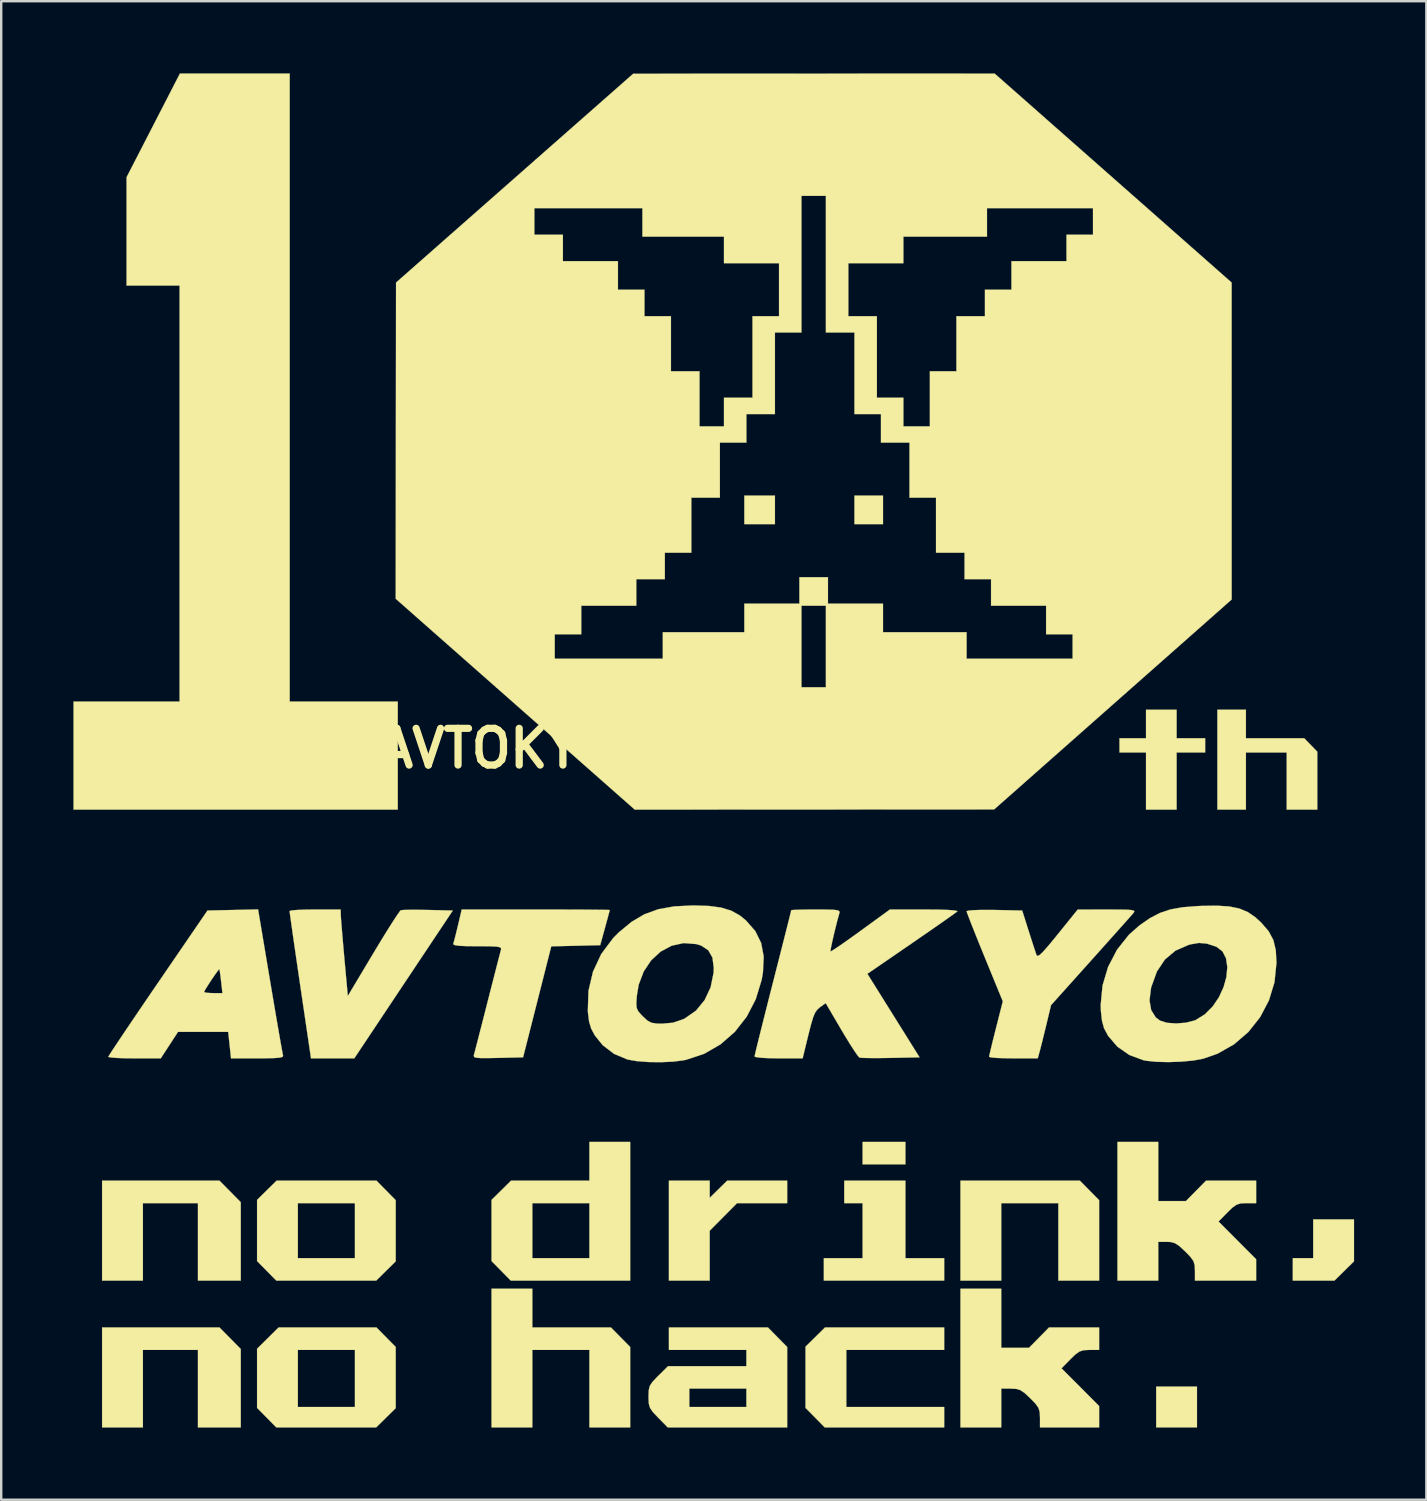
<source format=kicad_pcb>
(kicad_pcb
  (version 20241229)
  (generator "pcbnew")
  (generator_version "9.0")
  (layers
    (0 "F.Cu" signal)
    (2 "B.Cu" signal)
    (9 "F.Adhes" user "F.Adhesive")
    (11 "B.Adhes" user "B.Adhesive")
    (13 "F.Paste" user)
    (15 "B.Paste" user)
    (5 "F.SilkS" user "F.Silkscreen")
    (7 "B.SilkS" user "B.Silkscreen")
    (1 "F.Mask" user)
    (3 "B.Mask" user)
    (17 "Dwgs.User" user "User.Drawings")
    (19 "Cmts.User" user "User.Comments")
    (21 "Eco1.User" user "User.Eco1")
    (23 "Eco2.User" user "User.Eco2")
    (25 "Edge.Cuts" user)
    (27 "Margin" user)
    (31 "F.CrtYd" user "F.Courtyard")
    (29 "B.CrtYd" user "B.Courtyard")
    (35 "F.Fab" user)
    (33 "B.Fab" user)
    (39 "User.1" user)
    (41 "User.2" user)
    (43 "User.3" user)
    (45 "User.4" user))
  (footprint "AVTOKYO_10TH_53mm"
    (layer "F.Cu")
    (at 25.151 28.03)
    (property "Reference" "AVTOKYO_10TH_53mm" (at 0 0 0) (layer "F.SilkS") (effects (font (size 1.524 1.524) (thickness 0.3))))
    (attr through_hole)
    (fp_poly (pts (xy 3.979 -9.313) (xy 2.709 -9.313) (xy 2.709 -10.499) (xy 3.979 -10.499) (xy 3.979 -9.313)) (stroke (width 0.01) (type solid)) (fill yes) (layer "F.SilkS"))
    (fp_poly (pts (xy 8.467 -9.313) (xy 7.281 -9.313) (xy 7.281 -10.499) (xy 8.467 -10.499) (xy 8.467 -9.313)) (stroke (width 0.01) (type solid)) (fill yes) (layer "F.SilkS"))
    (fp_poly (pts (xy 9.398 17.272) (xy 7.62 17.272) (xy 7.62 16.341) (xy 9.398 16.341) (xy 9.398 17.272)) (stroke (width 0.01) (type solid)) (fill yes) (layer "F.SilkS"))
    (fp_poly (pts (xy 21.505 28.194) (xy 19.812 28.194) (xy 19.812 26.501) (xy 21.505 26.501) (xy 21.505 28.194)) (stroke (width 0.01) (type solid)) (fill yes) (layer "F.SilkS"))
    (fp_poly (pts (xy 28.025 21.3) (xy 27.215 22.098) (xy 25.485 22.098) (xy 25.485 21.167) (xy 26.331 21.167) (xy 26.331 19.558) (xy 28.025 19.558) (xy 28.025 21.3)) (stroke (width 0.01) (type solid)) (fill yes) (layer "F.SilkS"))
    (fp_poly (pts (xy 17.441 18.759) (xy 17.441 22.098) (xy 15.748 22.098) (xy 15.748 18.881) (xy 13.377 18.881) (xy 13.377 22.098) (xy 11.684 22.098) (xy 11.684 17.949) (xy 16.643 17.949) (xy 17.441 18.759)) (stroke (width 0.01) (type solid)) (fill yes) (layer "F.SilkS"))
    (fp_poly (pts (xy -18.645 18.396) (xy -18.203 18.844) (xy -18.203 22.098) (xy -19.981 22.098) (xy -19.981 18.881) (xy -22.267 18.881) (xy -22.267 22.098) (xy -23.961 22.098) (xy -23.961 17.949) (xy -19.087 17.949) (xy -18.645 18.396)) (stroke (width 0.01) (type solid)) (fill yes) (layer "F.SilkS"))
    (fp_poly (pts (xy -18.645 24.492) (xy -18.203 24.94) (xy -18.203 28.194) (xy -19.981 28.194) (xy -19.981 24.977) (xy -22.267 24.977) (xy -22.267 28.194) (xy -23.961 28.194) (xy -23.961 24.045) (xy -19.087 24.045) (xy -18.645 24.492)) (stroke (width 0.01) (type solid)) (fill yes) (layer "F.SilkS"))
    (fp_poly (pts (xy 9.398 21.167) (xy 11.007 21.167) (xy 11.007 22.098) (xy 6.011 22.098) (xy 6.011 21.167) (xy 7.62 21.167) (xy 7.62 18.881) (xy 6.858 18.881) (xy 6.858 17.949) (xy 9.398 17.949) (xy 9.398 21.167)) (stroke (width 0.01) (type solid)) (fill yes) (layer "F.SilkS"))
    (fp_poly (pts (xy 11.007 24.977) (xy 6.943 24.977) (xy 6.943 27.347) (xy 11.007 27.347) (xy 11.007 28.194) (xy 6.047 28.194) (xy 5.249 27.384) (xy 5.249 24.843) (xy 6.059 24.045) (xy 11.007 24.045) (xy 11.007 24.977)) (stroke (width 0.01) (type solid)) (fill yes) (layer "F.SilkS"))
    (fp_poly (pts (xy -6.096 24.045) (xy -2.83 24.045) (xy -2.032 24.855) (xy -2.032 28.194) (xy -3.725 28.194) (xy -3.725 24.977) (xy -6.096 24.977) (xy -6.096 28.194) (xy -7.789 28.194) (xy -7.789 22.437) (xy -6.096 22.437) (xy -6.096 24.045)) (stroke (width 0.01) (type solid)) (fill yes) (layer "F.SilkS"))
    (fp_poly (pts (xy 1.27 18.662) (xy 1.996 17.949) (xy 4.487 17.949) (xy 4.487 18.881) (xy 2.408 18.881) (xy 1.839 19.454) (xy 1.27 20.028) (xy 1.27 22.098) (xy -0.423 22.098) (xy -0.423 17.949) (xy 1.27 17.949) (xy 1.27 18.662)) (stroke (width 0.01) (type solid)) (fill yes) (layer "F.SilkS"))
    (fp_poly (pts (xy 23.537 -0.423) (xy 25.959 -0.423) (xy 26.501 0.135) (xy 26.501 2.54) (xy 25.231 2.54) (xy 25.231 0.169) (xy 23.537 0.169) (xy 23.537 2.54) (xy 22.352 2.54) (xy 22.352 -1.609) (xy 23.537 -1.609) (xy 23.537 -0.423)) (stroke (width 0.01) (type solid)) (fill yes) (layer "F.SilkS"))
    (fp_poly (pts (xy -16.171 -1.947) (xy -11.684 -1.947) (xy -11.684 2.54) (xy -25.146 2.54) (xy -25.146 -1.947) (xy -20.743 -1.947) (xy -20.743 -19.219) (xy -22.945 -19.219) (xy -22.945 -23.72) (xy -21.837 -25.872) (xy -20.73 -28.025) (xy -16.171 -28.025) (xy -16.171 -1.947)) (stroke (width 0.01) (type solid)) (fill yes) (layer "F.SilkS"))
    (fp_poly (pts (xy 20.659 -0.423) (xy 21.844 -0.423) (xy 21.844 0.169) (xy 20.659 0.169) (xy 20.659 2.54) (xy 19.389 2.54) (xy 19.389 0.169) (xy 18.288 0.169) (xy 18.288 -0.423) (xy 19.389 -0.423) (xy 19.389 -1.609) (xy 20.659 -1.609) (xy 20.659 -0.423)) (stroke (width 0.01) (type solid)) (fill yes) (layer "F.SilkS"))
    (fp_poly (pts (xy -11.769 18.759) (xy -11.769 21.3) (xy -12.579 22.098) (xy -16.728 22.098) (xy -17.526 21.288) (xy -17.526 18.881) (xy -15.833 18.881) (xy -15.833 21.167) (xy -13.462 21.167) (xy -13.462 18.881) (xy -15.833 18.881) (xy -17.526 18.881) (xy -17.526 18.747) (xy -16.716 17.949) (xy -12.567 17.949) (xy -11.769 18.759)) (stroke (width 0.01) (type solid)) (fill yes) (layer "F.SilkS"))
    (fp_poly (pts (xy -11.769 24.855) (xy -11.769 27.396) (xy -12.579 28.194) (xy -16.728 28.194) (xy -17.526 27.384) (xy -17.526 24.977) (xy -15.833 24.977) (xy -15.833 27.347) (xy -13.462 27.347) (xy -13.462 24.977) (xy -15.833 24.977) (xy -17.526 24.977) (xy -17.526 24.929) (xy -17.079 24.487) (xy -16.632 24.045) (xy -12.567 24.045) (xy -11.769 24.855)) (stroke (width 0.01) (type solid)) (fill yes) (layer "F.SilkS"))
    (fp_poly (pts (xy -2.032 22.098) (xy -6.991 22.098) (xy -7.39 21.693) (xy -7.789 21.288) (xy -7.789 18.881) (xy -6.096 18.881) (xy -6.096 21.167) (xy -3.725 21.167) (xy -3.725 18.881) (xy -6.096 18.881) (xy -7.789 18.881) (xy -7.789 18.747) (xy -7.384 18.348) (xy -6.979 17.949) (xy -3.725 17.949) (xy -3.725 16.341) (xy -2.032 16.341) (xy -2.032 22.098)) (stroke (width 0.01) (type solid)) (fill yes) (layer "F.SilkS"))
    (fp_poly (pts (xy 4.487 24.855) (xy 4.487 28.194) (xy -0.472 28.194) (xy -0.871 27.789) (xy -1.086 27.561) (xy -1.205 27.389) (xy -1.258 27.213) (xy -1.27 26.972) (xy -1.27 26.918) (xy -1.262 26.66) (xy -1.245 26.585) (xy 0.423 26.585) (xy 0.423 27.347) (xy 2.794 27.347) (xy 2.794 26.585) (xy 0.423 26.585) (xy -1.245 26.585) (xy -1.22 26.479) (xy -1.115 26.315) (xy -0.921 26.108) (xy -0.865 26.053) (xy -0.46 25.654) (xy 2.794 25.654) (xy 2.794 24.977) (xy -0.423 24.977) (xy -0.423 24.045) (xy 3.689 24.045) (xy 4.487 24.855)) (stroke (width 0.01) (type solid)) (fill yes) (layer "F.SilkS"))
    (fp_poly (pts (xy 13.377 24.892) (xy 14.527 24.892) (xy 14.944 24.469) (xy 15.361 24.045) (xy 17.441 24.045) (xy 17.441 24.977) (xy 17.036 24.977) (xy 16.797 24.989) (xy 16.621 25.045) (xy 16.444 25.174) (xy 16.255 25.359) (xy 15.88 25.741) (xy 16.661 26.524) (xy 17.441 27.308) (xy 17.441 28.194) (xy 14.986 28.194) (xy 14.986 27.789) (xy 14.975 27.558) (xy 14.923 27.384) (xy 14.801 27.212) (xy 14.582 26.985) (xy 14.581 26.984) (xy 14.348 26.767) (xy 14.171 26.646) (xy 13.994 26.595) (xy 13.777 26.585) (xy 13.377 26.585) (xy 13.377 28.194) (xy 11.684 28.194) (xy 11.684 22.437) (xy 13.377 22.437) (xy 13.377 24.892)) (stroke (width 0.01) (type solid)) (fill yes) (layer "F.SilkS"))
    (fp_poly (pts (xy 19.897 18.796) (xy 21.046 18.796) (xy 21.463 18.373) (xy 21.88 17.949) (xy 23.961 17.949) (xy 23.961 18.881) (xy 23.555 18.881) (xy 23.317 18.893) (xy 23.14 18.949) (xy 22.964 19.078) (xy 22.774 19.263) (xy 22.4 19.645) (xy 23.18 20.428) (xy 23.961 21.212) (xy 23.961 22.098) (xy 21.421 22.098) (xy 21.421 21.693) (xy 21.41 21.462) (xy 21.358 21.288) (xy 21.236 21.116) (xy 21.016 20.889) (xy 21.016 20.888) (xy 20.778 20.668) (xy 20.596 20.547) (xy 20.416 20.497) (xy 20.254 20.489) (xy 19.897 20.489) (xy 19.897 22.098) (xy 18.203 22.098) (xy 18.203 16.341) (xy 19.897 16.341) (xy 19.897 18.796)) (stroke (width 0.01) (type solid)) (fill yes) (layer "F.SilkS"))
    (fp_poly (pts (xy -14.049 6.921) (xy -14.04 7.079) (xy -14.017 7.373) (xy -13.984 7.772) (xy -13.943 8.245) (xy -13.901 8.717) (xy -13.758 10.281) (xy -12.705 8.518) (xy -12.408 8.026) (xy -12.136 7.584) (xy -11.901 7.212) (xy -11.717 6.931) (xy -11.597 6.761) (xy -11.557 6.719) (xy -11.44 6.707) (xy -11.19 6.701) (xy -10.844 6.701) (xy -10.438 6.707) (xy -10.431 6.707) (xy -9.398 6.731) (xy -11.444 9.8) (xy -13.489 12.869) (xy -15.286 12.869) (xy -15.733 9.842) (xy -15.835 9.146) (xy -15.929 8.502) (xy -16.012 7.931) (xy -16.08 7.451) (xy -16.132 7.082) (xy -16.165 6.842) (xy -16.175 6.752) (xy -16.094 6.728) (xy -15.876 6.708) (xy -15.554 6.694) (xy -15.158 6.689) (xy -15.113 6.689) (xy -14.055 6.689) (xy -14.049 6.921)) (stroke (width 0.01) (type solid)) (fill yes) (layer "F.SilkS"))
    (fp_poly (pts (xy -5.251 6.689) (xy -4.605 6.691) (xy -4.034 6.693) (xy -3.557 6.697) (xy -3.194 6.701) (xy -2.962 6.705) (xy -2.88 6.71) (xy -2.88 6.71) (xy -2.901 6.795) (xy -2.958 7.006) (xy -3.038 7.303) (xy -3.079 7.451) (xy -3.277 8.17) (xy -4.293 8.194) (xy -5.309 8.218) (xy -6.479 12.827) (xy -7.522 12.851) (xy -7.957 12.859) (xy -8.249 12.858) (xy -8.424 12.844) (xy -8.508 12.815) (xy -8.528 12.766) (xy -8.52 12.724) (xy -8.487 12.602) (xy -8.419 12.341) (xy -8.322 11.964) (xy -8.202 11.497) (xy -8.065 10.962) (xy -7.958 10.541) (xy -7.813 9.973) (xy -7.68 9.454) (xy -7.566 9.008) (xy -7.476 8.661) (xy -7.417 8.435) (xy -7.397 8.361) (xy -7.393 8.299) (xy -7.439 8.257) (xy -7.563 8.231) (xy -7.79 8.218) (xy -8.146 8.213) (xy -8.385 8.213) (xy -8.837 8.209) (xy -9.139 8.195) (xy -9.313 8.169) (xy -9.377 8.13) (xy -9.376 8.107) (xy -9.339 7.978) (xy -9.276 7.732) (xy -9.2 7.418) (xy -9.182 7.345) (xy -9.028 6.689) (xy -5.954 6.689) (xy -5.251 6.689)) (stroke (width 0.01) (type solid)) (fill yes) (layer "F.SilkS"))
    (fp_poly (pts (xy -16.983 9.671) (xy -16.866 10.364) (xy -16.757 11.006) (xy -16.659 11.577) (xy -16.575 12.059) (xy -16.509 12.43) (xy -16.464 12.672) (xy -16.445 12.764) (xy -16.468 12.809) (xy -16.591 12.84) (xy -16.831 12.859) (xy -17.208 12.868) (xy -17.507 12.869) (xy -18.607 12.869) (xy -18.666 12.319) (xy -18.725 11.769) (xy -20.808 11.769) (xy -21.525 12.869) (xy -22.616 12.869) (xy -23.023 12.865) (xy -23.361 12.852) (xy -23.598 12.833) (xy -23.702 12.81) (xy -23.704 12.806) (xy -23.657 12.725) (xy -23.524 12.519) (xy -23.315 12.203) (xy -23.039 11.791) (xy -22.706 11.298) (xy -22.327 10.739) (xy -21.911 10.128) (xy -21.903 10.116) (xy -19.727 10.116) (xy -19.652 10.142) (xy -19.46 10.158) (xy -19.346 10.16) (xy -18.964 10.16) (xy -19.019 9.673) (xy -19.051 9.407) (xy -19.078 9.222) (xy -19.091 9.164) (xy -19.142 9.215) (xy -19.253 9.367) (xy -19.396 9.575) (xy -19.541 9.796) (xy -19.66 9.986) (xy -19.723 10.103) (xy -19.727 10.116) (xy -21.903 10.116) (xy -21.643 9.737) (xy -19.585 6.731) (xy -18.534 6.708) (xy -17.484 6.684) (xy -16.983 9.671)) (stroke (width 0.01) (type solid)) (fill yes) (layer "F.SilkS"))
    (fp_poly (pts (xy 18.244 6.691) (xy 18.572 6.696) (xy 18.776 6.71) (xy 18.879 6.734) (xy 18.905 6.771) (xy 18.874 6.825) (xy 18.87 6.83) (xy 18.785 6.928) (xy 18.603 7.134) (xy 18.337 7.432) (xy 18.005 7.804) (xy 17.621 8.233) (xy 17.201 8.703) (xy 17.099 8.816) (xy 15.444 10.661) (xy 15.245 11.49) (xy 15.151 11.877) (xy 15.063 12.231) (xy 14.994 12.501) (xy 14.969 12.594) (xy 14.893 12.869) (xy 13.881 12.869) (xy 13.49 12.864) (xy 13.17 12.851) (xy 12.952 12.831) (xy 12.871 12.806) (xy 12.871 12.806) (xy 12.892 12.705) (xy 12.947 12.471) (xy 13.028 12.138) (xy 13.129 11.737) (xy 13.158 11.622) (xy 13.442 10.502) (xy 12.69 8.668) (xy 12.477 8.146) (xy 12.288 7.675) (xy 12.131 7.279) (xy 12.015 6.979) (xy 11.949 6.8) (xy 11.938 6.759) (xy 12.018 6.733) (xy 12.236 6.715) (xy 12.562 6.705) (xy 12.965 6.705) (xy 13.093 6.707) (xy 14.247 6.731) (xy 14.516 7.581) (xy 14.634 7.95) (xy 14.738 8.27) (xy 14.814 8.5) (xy 14.843 8.584) (xy 14.885 8.619) (xy 14.968 8.58) (xy 15.105 8.451) (xy 15.311 8.22) (xy 15.599 7.872) (xy 15.727 7.714) (xy 16.552 6.691) (xy 17.769 6.69) (xy 18.244 6.691)) (stroke (width 0.01) (type solid)) (fill yes) (layer "F.SilkS"))
    (fp_poly (pts (xy 1.24 6.541) (xy 1.752 6.61) (xy 2.167 6.738) (xy 2.521 6.935) (xy 2.773 7.139) (xy 3.163 7.584) (xy 3.408 8.081) (xy 3.513 8.646) (xy 3.482 9.295) (xy 3.428 9.61) (xy 3.183 10.414) (xy 2.807 11.139) (xy 2.314 11.769) (xy 1.72 12.288) (xy 1.041 12.68) (xy 0.291 12.929) (xy 0.179 12.952) (xy -0.249 13.006) (xy -0.755 13.029) (xy -1.278 13.022) (xy -1.757 12.985) (xy -2.133 12.92) (xy -2.144 12.917) (xy -2.698 12.686) (xy -3.176 12.321) (xy -3.503 11.913) (xy -3.652 11.632) (xy -3.739 11.342) (xy -3.785 10.969) (xy -3.79 10.898) (xy -3.78 10.578) (xy -1.776 10.578) (xy -1.763 10.77) (xy -1.7 10.912) (xy -1.569 11.063) (xy -1.501 11.131) (xy -1.315 11.302) (xy -1.148 11.391) (xy -0.934 11.425) (xy -0.702 11.43) (xy -0.253 11.389) (xy 0.159 11.249) (xy 0.24 11.21) (xy 0.699 10.89) (xy 1.061 10.449) (xy 1.31 9.916) (xy 1.431 9.319) (xy 1.439 9.105) (xy 1.384 8.684) (xy 1.211 8.381) (xy 0.914 8.185) (xy 0.72 8.125) (xy 0.192 8.082) (xy -0.31 8.192) (xy -0.768 8.437) (xy -1.162 8.8) (xy -1.472 9.265) (xy -1.68 9.814) (xy -1.756 10.276) (xy -1.776 10.578) (xy -3.78 10.578) (xy -3.763 10.061) (xy -3.576 9.27) (xy -3.234 8.538) (xy -2.743 7.88) (xy -2.506 7.64) (xy -1.979 7.204) (xy -1.443 6.887) (xy -0.861 6.676) (xy -0.198 6.558) (xy 0.583 6.52) (xy 0.598 6.52) (xy 1.24 6.541)) (stroke (width 0.01) (type solid)) (fill yes) (layer "F.SilkS"))
    (fp_poly (pts (xy 22.851 6.563) (xy 23.265 6.648) (xy 23.613 6.793) (xy 23.926 7.007) (xy 24.175 7.235) (xy 24.482 7.592) (xy 24.677 7.957) (xy 24.778 8.38) (xy 24.806 8.9) (xy 24.725 9.704) (xy 24.493 10.464) (xy 24.127 11.16) (xy 23.64 11.774) (xy 23.047 12.285) (xy 22.364 12.674) (xy 21.766 12.883) (xy 21.361 12.959) (xy 20.862 13.006) (xy 20.328 13.025) (xy 19.82 13.013) (xy 19.398 12.97) (xy 19.282 12.947) (xy 18.697 12.73) (xy 18.2 12.385) (xy 17.813 11.933) (xy 17.645 11.617) (xy 17.561 11.311) (xy 17.514 10.891) (xy 17.507 10.648) (xy 17.525 10.46) (xy 19.534 10.46) (xy 19.603 10.865) (xy 19.796 11.172) (xy 19.978 11.306) (xy 20.264 11.394) (xy 20.641 11.421) (xy 21.041 11.389) (xy 21.397 11.299) (xy 21.463 11.272) (xy 21.836 11.038) (xy 22.156 10.716) (xy 22.416 10.333) (xy 22.609 9.914) (xy 22.728 9.488) (xy 22.765 9.08) (xy 22.713 8.718) (xy 22.565 8.428) (xy 22.314 8.236) (xy 22.292 8.228) (xy 21.911 8.104) (xy 21.585 8.076) (xy 21.232 8.137) (xy 21.151 8.16) (xy 20.609 8.398) (xy 20.173 8.765) (xy 19.841 9.263) (xy 19.612 9.895) (xy 19.594 9.969) (xy 19.534 10.46) (xy 17.525 10.46) (xy 17.584 9.844) (xy 17.814 9.073) (xy 18.183 8.361) (xy 18.679 7.737) (xy 19.112 7.353) (xy 19.546 7.051) (xy 19.96 6.834) (xy 20.398 6.686) (xy 20.905 6.595) (xy 21.525 6.546) (xy 21.69 6.539) (xy 22.337 6.53) (xy 22.851 6.563)) (stroke (width 0.01) (type solid)) (fill yes) (layer "F.SilkS"))
    (fp_poly (pts (xy 10.741 6.693) (xy 11.157 6.706) (xy 11.431 6.726) (xy 11.551 6.754) (xy 11.553 6.769) (xy 11.464 6.836) (xy 11.254 6.986) (xy 10.944 7.205) (xy 10.552 7.478) (xy 10.097 7.792) (xy 9.645 8.104) (xy 7.818 9.359) (xy 8.902 11.093) (xy 9.985 12.827) (xy 8.785 12.851) (xy 8.346 12.857) (xy 7.965 12.857) (xy 7.676 12.852) (xy 7.511 12.842) (xy 7.489 12.837) (xy 7.414 12.754) (xy 7.273 12.551) (xy 7.082 12.254) (xy 6.859 11.889) (xy 6.74 11.689) (xy 6.088 10.577) (xy 5.846 10.749) (xy 5.736 10.846) (xy 5.645 10.978) (xy 5.562 11.178) (xy 5.473 11.48) (xy 5.367 11.895) (xy 5.13 12.869) (xy 4.131 12.869) (xy 3.743 12.863) (xy 3.425 12.847) (xy 3.21 12.822) (xy 3.133 12.793) (xy 3.153 12.696) (xy 3.211 12.453) (xy 3.301 12.085) (xy 3.42 11.609) (xy 3.562 11.044) (xy 3.722 10.409) (xy 3.895 9.732) (xy 4.069 9.049) (xy 4.229 8.42) (xy 4.371 7.862) (xy 4.489 7.395) (xy 4.579 7.036) (xy 4.636 6.804) (xy 4.657 6.718) (xy 4.657 6.718) (xy 4.736 6.707) (xy 4.952 6.698) (xy 5.272 6.691) (xy 5.663 6.689) (xy 5.678 6.689) (xy 6.109 6.691) (xy 6.396 6.699) (xy 6.567 6.718) (xy 6.647 6.752) (xy 6.663 6.804) (xy 6.656 6.837) (xy 6.58 7.109) (xy 6.498 7.433) (xy 6.417 7.768) (xy 6.348 8.073) (xy 6.301 8.305) (xy 6.285 8.424) (xy 6.287 8.432) (xy 6.361 8.394) (xy 6.55 8.271) (xy 6.83 8.079) (xy 7.18 7.831) (xy 7.535 7.575) (xy 8.753 6.689) (xy 10.193 6.689) (xy 10.741 6.693)) (stroke (width 0.01) (type solid)) (fill yes) (layer "F.SilkS"))
    (fp_poly (pts (xy 18.023 -23.686) (xy 22.944 -19.346) (xy 22.945 -6.185) (xy 18.013 -1.826) (xy 13.081 2.533) (xy -1.842 2.54) (xy -6.805 -1.838) (xy -10.097 -4.741) (xy -5.165 -4.741) (xy -5.165 -3.725) (xy -0.677 -3.725) (xy -0.677 -4.826) (xy 2.709 -4.826) (xy 2.709 -5.927) (xy 5.08 -5.927) (xy 5.08 -2.54) (xy 6.096 -2.54) (xy 6.096 -5.927) (xy 5.08 -5.927) (xy 2.709 -5.927) (xy 2.709 -6.011) (xy 4.995 -6.011) (xy 4.995 -7.112) (xy 6.181 -7.112) (xy 6.181 -6.011) (xy 8.467 -6.011) (xy 8.467 -4.826) (xy 11.938 -4.826) (xy 11.938 -3.725) (xy 16.341 -3.725) (xy 16.341 -4.741) (xy 15.24 -4.741) (xy 15.24 -5.927) (xy 12.954 -5.927) (xy 12.954 -7.027) (xy 11.853 -7.027) (xy 11.853 -8.128) (xy 10.668 -8.128) (xy 10.668 -10.414) (xy 9.567 -10.414) (xy 9.567 -12.7) (xy 8.382 -12.7) (xy 8.382 -13.885) (xy 7.281 -13.885) (xy 7.281 -17.272) (xy 6.096 -17.272) (xy 6.096 -20.151) (xy 7.027 -20.151) (xy 7.027 -17.949) (xy 8.213 -17.949) (xy 8.213 -14.563) (xy 9.313 -14.563) (xy 9.313 -13.377) (xy 10.414 -13.377) (xy 10.414 -15.663) (xy 11.515 -15.663) (xy 11.515 -17.949) (xy 12.7 -17.949) (xy 12.7 -19.05) (xy 13.801 -19.05) (xy 13.801 -20.235) (xy 16.087 -20.235) (xy 16.087 -21.336) (xy 17.187 -21.336) (xy 17.187 -22.437) (xy 12.785 -22.437) (xy 12.785 -21.251) (xy 9.313 -21.251) (xy 9.313 -20.151) (xy 7.027 -20.151) (xy 6.096 -20.151) (xy 6.096 -22.945) (xy 5.08 -22.945) (xy 5.08 -17.272) (xy 3.979 -17.272) (xy 3.979 -13.885) (xy 2.794 -13.885) (xy 2.794 -12.7) (xy 1.693 -12.7) (xy 1.693 -10.414) (xy 0.508 -10.414) (xy 0.508 -8.128) (xy -0.593 -8.128) (xy -0.593 -7.027) (xy -1.778 -7.027) (xy -1.778 -5.927) (xy -4.064 -5.927) (xy -4.064 -4.741) (xy -5.165 -4.741) (xy -10.097 -4.741) (xy -11.769 -6.216) (xy -11.762 -12.781) (xy -11.755 -19.346) (xy -8.245 -22.437) (xy -6.011 -22.437) (xy -6.011 -21.336) (xy -4.826 -21.336) (xy -4.826 -20.235) (xy -2.54 -20.235) (xy -2.54 -19.05) (xy -1.439 -19.05) (xy -1.439 -17.949) (xy -0.339 -17.949) (xy -0.339 -15.663) (xy 0.847 -15.663) (xy 0.847 -13.377) (xy 1.863 -13.377) (xy 1.863 -14.563) (xy 3.048 -14.563) (xy 3.048 -17.949) (xy 4.149 -17.949) (xy 4.149 -20.151) (xy 1.863 -20.151) (xy 1.863 -21.251) (xy -1.524 -21.251) (xy -1.524 -22.437) (xy -6.011 -22.437) (xy -8.245 -22.437) (xy -6.83 -23.683) (xy -1.905 -28.019) (xy 13.102 -28.025) (xy 18.023 -23.686)) (stroke (width 0.01) (type solid)) (fill yes) (layer "F.SilkS")))
  (gr_rect
    (start -3 -3)
    (end 56.181 59.229)
    (stroke (width 0.1) (type default))
    (fill no)
    (layer "Edge.Cuts")))
</source>
